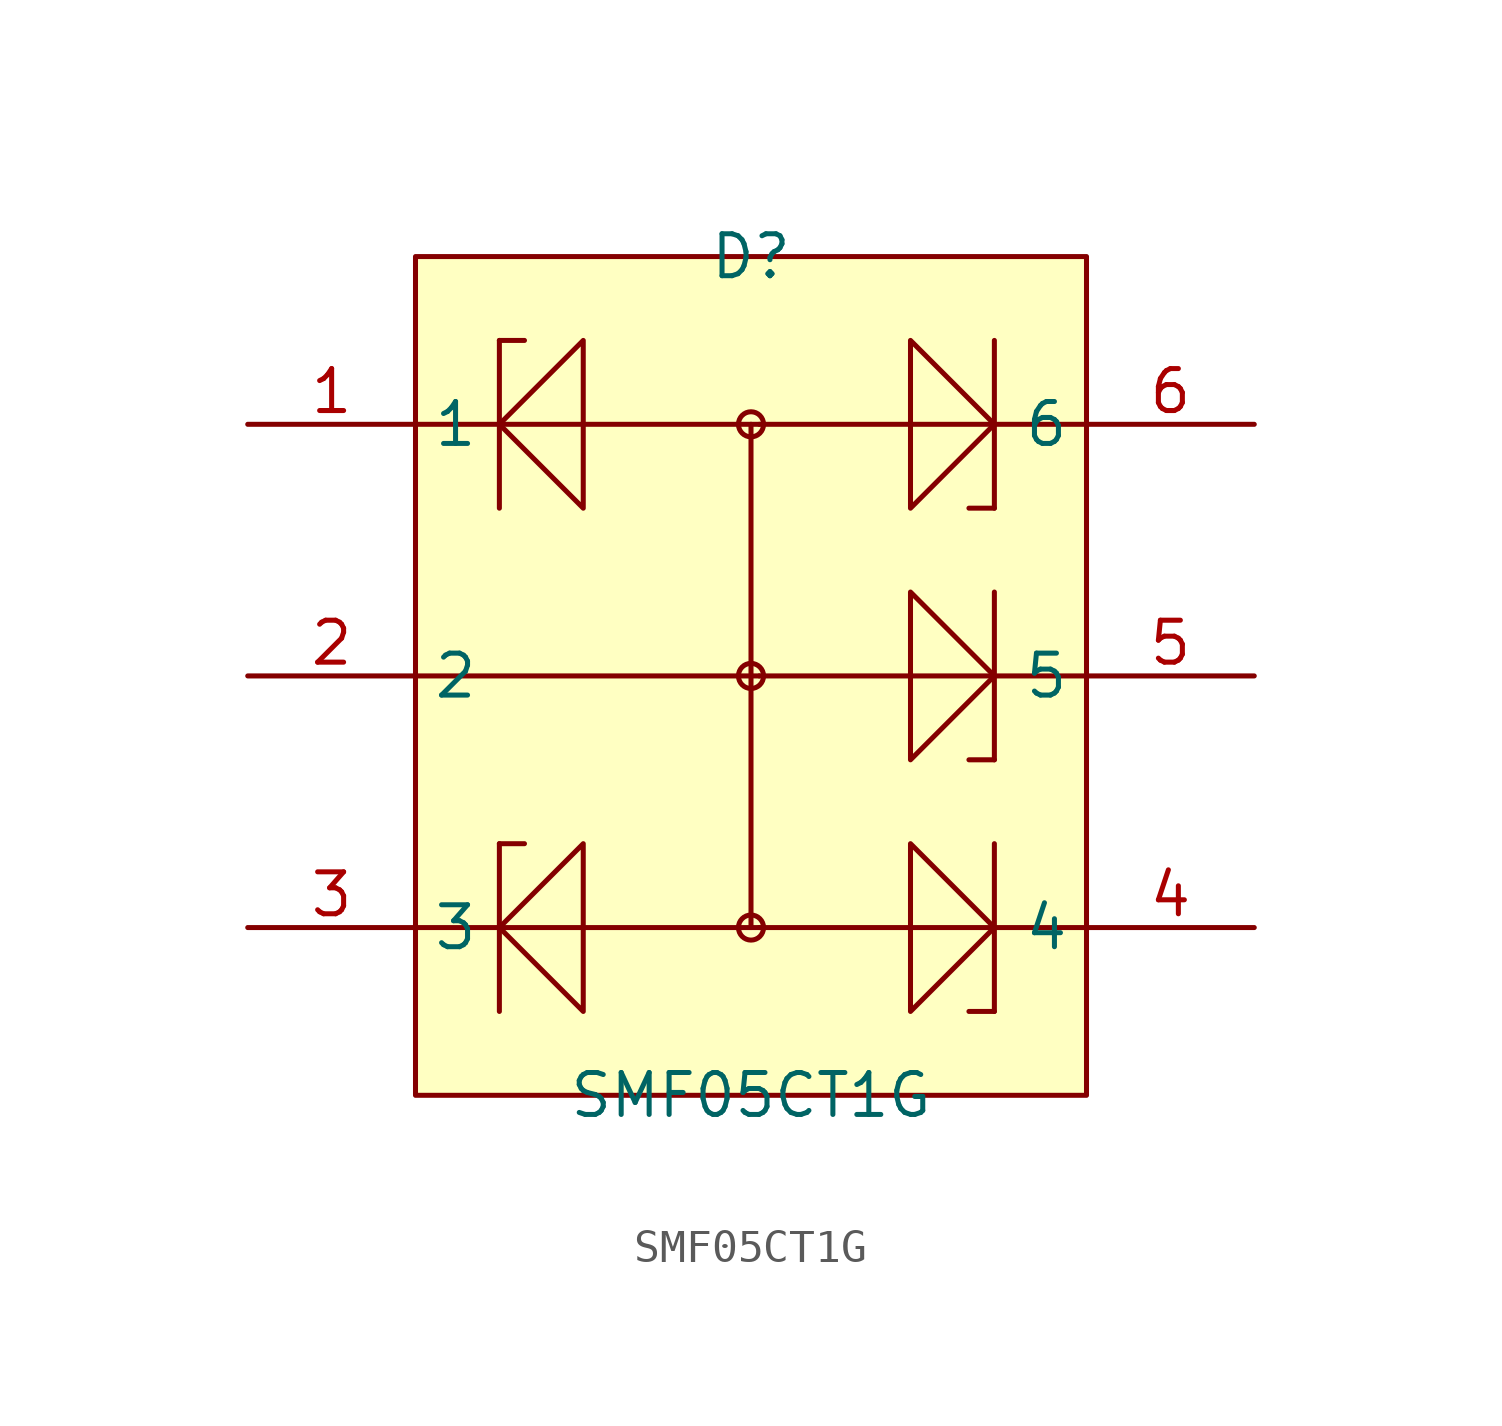
<source format=kicad_sym>
(kicad_symbol_lib
  (version 20220914)
  (generator kicad_symbol_editor)
  (symbol "SMF05CT1G"
    (property "Reference" "D"
      (at 0 12.7 0)
      (effects (font (size 1.27 1.27))))
    (property "Value" "SMF05CT1G"
      (at 0 -12.7 0)
      (effects (font (size 1.27 1.27))))
    (symbol "SMF05CT1G_0_1"
      (rectangle (start -10.16 12.7) (end 10.16 -12.7) (stroke (width 0) (type default)) (fill (type background)))
      (circle (center 0 -7.62) (radius 0.38) (stroke (width 0) (type default)) (fill (type none)))
      (polyline (pts (xy -10.16 -7.62) (xy 10.16 -7.62)) (stroke (width 0) (type default)) (fill (type none)))
      (polyline (pts (xy -10.16 0) (xy 0 0)) (stroke (width 0) (type default)) (fill (type none)))
      (polyline (pts (xy -10.16 7.62) (xy 10.16 7.62)) (stroke (width 0) (type default)) (fill (type none)))
      (polyline (pts (xy -7.62 -10.16) (xy -7.62 -5.08)) (stroke (width 0) (type default)) (fill (type none)))
      (polyline (pts (xy -7.62 -5.08) (xy -6.86 -5.08)) (stroke (width 0) (type default)) (fill (type none)))
      (polyline (pts (xy -7.62 5.08) (xy -7.62 10.16)) (stroke (width 0) (type default)) (fill (type none)))
      (polyline (pts (xy -7.62 10.16) (xy -6.86 10.16)) (stroke (width 0) (type default)) (fill (type none)))
      (polyline (pts (xy 0 -7.62) (xy 0 7.62)) (stroke (width 0) (type default)) (fill (type none)))
      (polyline (pts (xy 0 0) (xy 10.16 0)) (stroke (width 0) (type default)) (fill (type none)))
      (polyline (pts (xy 7.37 -10.16) (xy 6.6 -10.16)) (stroke (width 0) (type default)) (fill (type none)))
      (polyline (pts (xy 7.37 -5.08) (xy 7.37 -10.16)) (stroke (width 0) (type default)) (fill (type none)))
      (polyline (pts (xy 7.37 -2.54) (xy 6.6 -2.54)) (stroke (width 0) (type default)) (fill (type none)))
      (polyline (pts (xy 7.37 2.54) (xy 7.37 -2.54)) (stroke (width 0) (type default)) (fill (type none)))
      (polyline (pts (xy 7.37 5.08) (xy 6.6 5.08)) (stroke (width 0) (type default)) (fill (type none)))
      (polyline (pts (xy 7.37 10.16) (xy 7.37 5.08)) (stroke (width 0) (type default)) (fill (type none)))
      (polyline (pts (xy -5.08 -5.08) (xy -7.62 -7.62) (xy -5.08 -10.16) (xy -5.08 -5.08)) (stroke (width 0) (type default)) (fill (type background)))
      (polyline (pts (xy -5.08 10.16) (xy -7.62 7.62) (xy -5.08 5.08) (xy -5.08 10.16)) (stroke (width 0) (type default)) (fill (type background)))
      (polyline (pts (xy 4.83 -10.16) (xy 7.37 -7.62) (xy 4.83 -5.08) (xy 4.83 -10.16)) (stroke (width 0) (type default)) (fill (type background)))
      (polyline (pts (xy 4.83 -2.54) (xy 7.37 0) (xy 4.83 2.54) (xy 4.83 -2.54)) (stroke (width 0) (type default)) (fill (type background)))
      (polyline (pts (xy 4.83 5.08) (xy 7.37 7.62) (xy 4.83 10.16) (xy 4.83 5.08)) (stroke (width 0) (type default)) (fill (type background)))
      (circle (center 0 0) (radius 0.38) (stroke (width 0) (type default)) (fill (type none)))
      (circle (center 0 7.62) (radius 0.38) (stroke (width 0) (type default)) (fill (type none)))
      (arc (start 0.25 -7.62) (mid 0.25 -7.62) (end 0.25 -7.62) (stroke (width 0) (type default)) (fill (type none)))
      (arc (start 0.25 0) (mid 0.25 0) (end 0.25 0) (stroke (width 0) (type default)) (fill (type none)))
      (arc (start 0.25 7.62) (mid 0.25 7.62) (end 0.25 7.62) (stroke (width 0) (type default)) (fill (type none)))
      (pin input line (at -15.24 7.62 0) (length 5.08) (name "1" (effects (font (size 1.27 1.27)))) (number "1" (effects (font (size 1.27 1.27)))))
      (pin input line (at -15.24 0 0) (length 5.08) (name "2" (effects (font (size 1.27 1.27)))) (number "2" (effects (font (size 1.27 1.27)))))
      (pin input line (at -15.24 -7.62 0) (length 5.08) (name "3" (effects (font (size 1.27 1.27)))) (number "3" (effects (font (size 1.27 1.27)))))
      (pin input line (at 15.24 -7.62 180) (length 5.08) (name "4" (effects (font (size 1.27 1.27)))) (number "4" (effects (font (size 1.27 1.27)))))
      (pin input line (at 15.24 0 180) (length 5.08) (name "5" (effects (font (size 1.27 1.27)))) (number "5" (effects (font (size 1.27 1.27)))))
      (pin input line (at 15.24 7.62 180) (length 5.08) (name "6" (effects (font (size 1.27 1.27)))) (number "6" (effects (font (size 1.27 1.27))))))))
</source>
